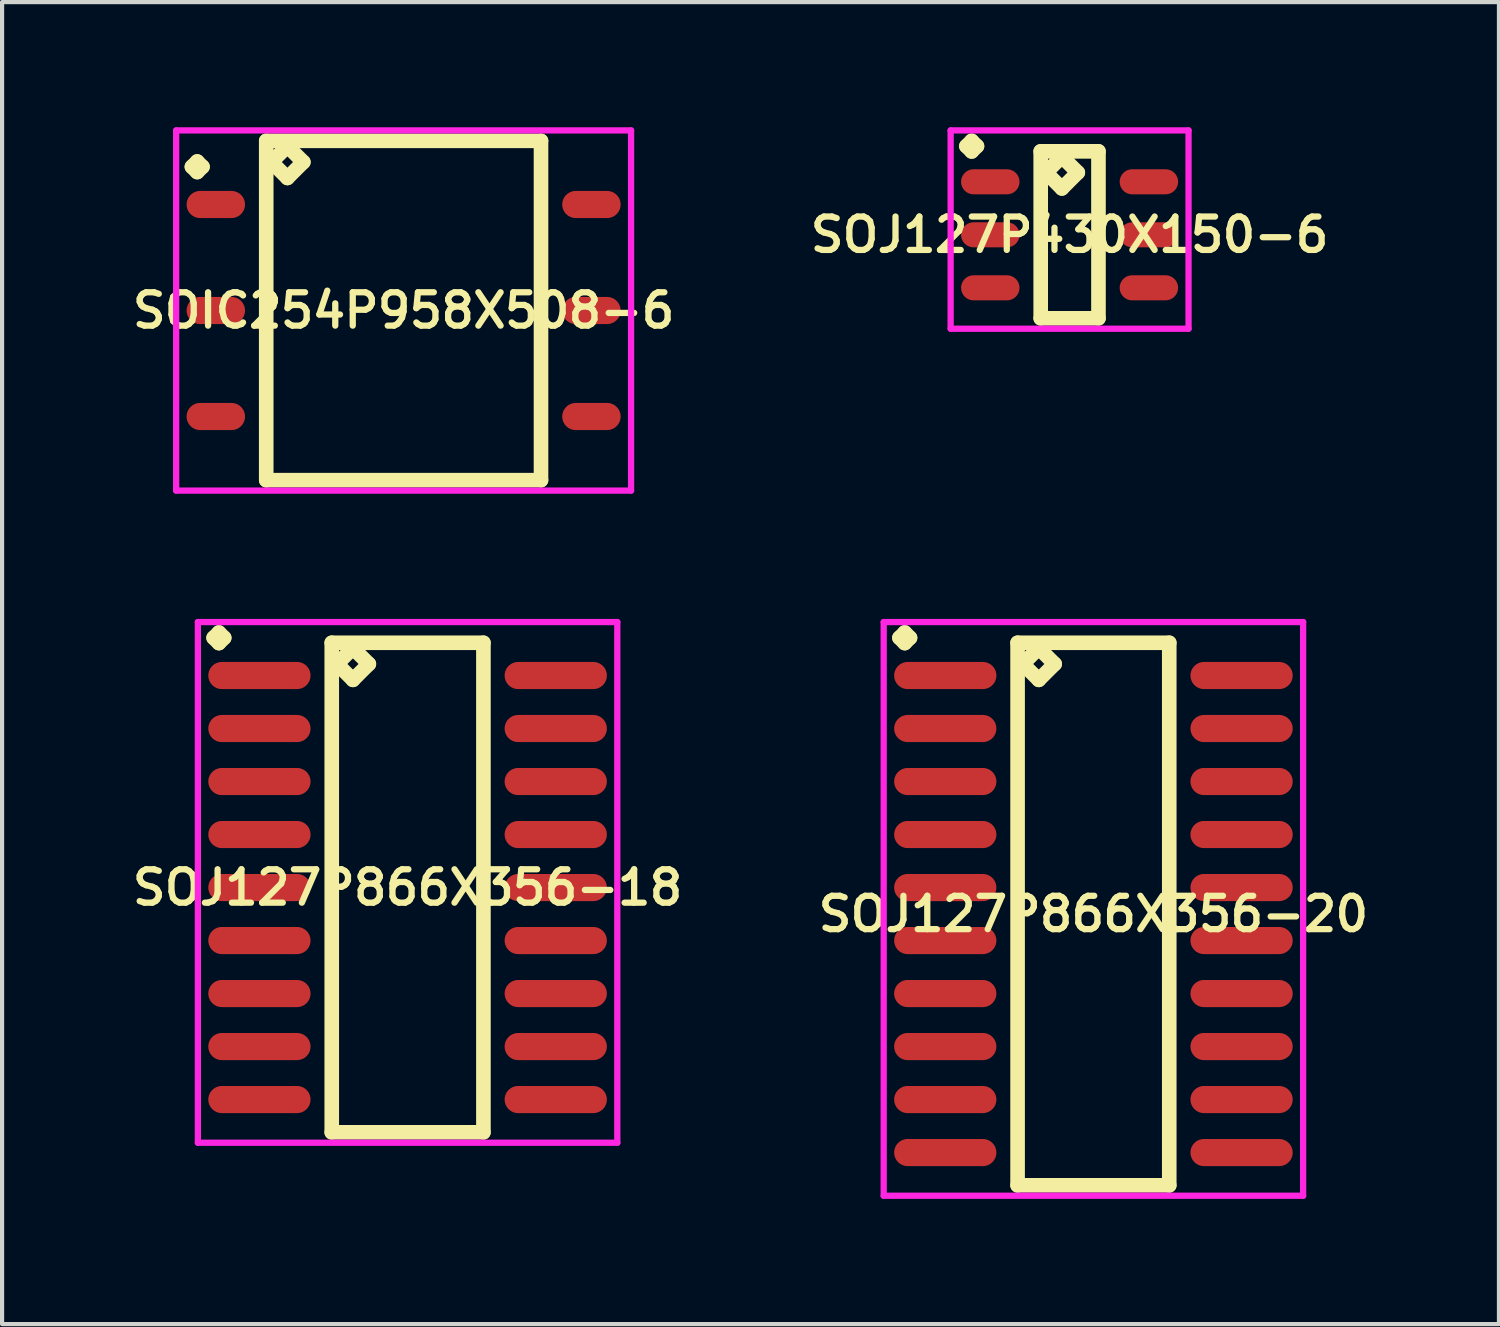
<source format=kicad_pcb>
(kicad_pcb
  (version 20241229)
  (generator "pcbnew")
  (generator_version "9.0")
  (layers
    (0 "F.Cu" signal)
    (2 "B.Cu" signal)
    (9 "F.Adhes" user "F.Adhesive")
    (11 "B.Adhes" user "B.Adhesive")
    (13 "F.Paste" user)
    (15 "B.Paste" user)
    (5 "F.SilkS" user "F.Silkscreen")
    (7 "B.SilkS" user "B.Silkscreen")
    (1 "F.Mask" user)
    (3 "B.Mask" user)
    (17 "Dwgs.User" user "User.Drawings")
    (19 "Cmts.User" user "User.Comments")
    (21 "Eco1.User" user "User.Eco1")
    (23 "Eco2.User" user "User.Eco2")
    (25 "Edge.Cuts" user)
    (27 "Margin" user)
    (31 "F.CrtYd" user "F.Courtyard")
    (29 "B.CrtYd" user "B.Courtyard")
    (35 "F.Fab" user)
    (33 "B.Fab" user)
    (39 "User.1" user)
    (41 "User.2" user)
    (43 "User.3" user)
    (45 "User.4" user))
  (footprint "SOJ127P866X356-20"
    (layer "F.Cu")
    (at 23.149 18.851)
    (property "Reference" "SOJ127P866X356-20" (at 0 0 0) (layer "F.SilkS") (effects (font (size 0.8 0.8) (thickness 0.15))))
    (attr through_hole)
    (fp_line (start -4.648 -6.619) (end -4.521 -6.746) (stroke (width 0.35) (type solid)) (layer "F.SilkS"))
    (fp_line (start -4.521 -6.746) (end -4.394 -6.619) (stroke (width 0.35) (type solid)) (layer "F.SilkS"))
    (fp_line (start -4.521 -6.492) (end -4.648 -6.619) (stroke (width 0.35) (type solid)) (layer "F.SilkS"))
    (fp_line (start -4.394 -6.619) (end -4.521 -6.492) (stroke (width 0.35) (type solid)) (layer "F.SilkS"))
    (fp_line (start -1.817 -6.5) (end -1.817 6.5) (stroke (width 0.35) (type solid)) (layer "F.SilkS"))
    (fp_line (start -1.817 6.5) (end 1.817 6.5) (stroke (width 0.35) (type solid)) (layer "F.SilkS"))
    (fp_line (start -1.69 -5.992) (end -1.309 -6.373) (stroke (width 0.35) (type solid)) (layer "F.SilkS"))
    (fp_line (start -1.309 -6.373) (end -0.928 -5.992) (stroke (width 0.35) (type solid)) (layer "F.SilkS"))
    (fp_line (start -1.309 -5.611) (end -1.69 -5.992) (stroke (width 0.35) (type solid)) (layer "F.SilkS"))
    (fp_line (start -0.928 -5.992) (end -1.309 -5.611) (stroke (width 0.35) (type solid)) (layer "F.SilkS"))
    (fp_line (start 1.817 -6.5) (end -1.817 -6.5) (stroke (width 0.35) (type solid)) (layer "F.SilkS"))
    (fp_line (start 1.817 6.5) (end 1.817 -6.5) (stroke (width 0.35) (type solid)) (layer "F.SilkS"))
    (fp_line (start -5.025 -6.996) (end 5.025 -6.996) (stroke (width 0.15) (type solid)) (layer "F.CrtYd"))
    (fp_line (start -5.025 6.75) (end -5.025 -6.996) (stroke (width 0.15) (type solid)) (layer "F.CrtYd"))
    (fp_line (start 5.025 -6.996) (end 5.025 6.75) (stroke (width 0.15) (type solid)) (layer "F.CrtYd"))
    (fp_line (start 5.025 6.75) (end -5.025 6.75) (stroke (width 0.15) (type solid)) (layer "F.CrtYd"))
    (pad "1" smd oval (at -3.55 -5.715) (size 2.45 0.65) (layers "F.Cu" "F.Mask" "F.Paste"))
    (pad "2" smd oval (at -3.55 -4.445) (size 2.45 0.65) (layers "F.Cu" "F.Mask" "F.Paste"))
    (pad "3" smd oval (at -3.55 -3.175) (size 2.45 0.65) (layers "F.Cu" "F.Mask" "F.Paste"))
    (pad "4" smd oval (at -3.55 -1.905) (size 2.45 0.65) (layers "F.Cu" "F.Mask" "F.Paste"))
    (pad "5" smd oval (at -3.55 -0.635) (size 2.45 0.65) (layers "F.Cu" "F.Mask" "F.Paste"))
    (pad "6" smd oval (at -3.55 0.635) (size 2.45 0.65) (layers "F.Cu" "F.Mask" "F.Paste"))
    (pad "7" smd oval (at -3.55 1.905) (size 2.45 0.65) (layers "F.Cu" "F.Mask" "F.Paste"))
    (pad "8" smd oval (at -3.55 3.175) (size 2.45 0.65) (layers "F.Cu" "F.Mask" "F.Paste"))
    (pad "9" smd oval (at -3.55 4.445) (size 2.45 0.65) (layers "F.Cu" "F.Mask" "F.Paste"))
    (pad "10" smd oval (at -3.55 5.715) (size 2.45 0.65) (layers "F.Cu" "F.Mask" "F.Paste"))
    (pad "11" smd oval (at 3.55 5.715) (size 2.45 0.65) (layers "F.Cu" "F.Mask" "F.Paste"))
    (pad "12" smd oval (at 3.55 4.445) (size 2.45 0.65) (layers "F.Cu" "F.Mask" "F.Paste"))
    (pad "13" smd oval (at 3.55 3.175) (size 2.45 0.65) (layers "F.Cu" "F.Mask" "F.Paste"))
    (pad "14" smd oval (at 3.55 1.905) (size 2.45 0.65) (layers "F.Cu" "F.Mask" "F.Paste"))
    (pad "15" smd oval (at 3.55 0.635) (size 2.45 0.65) (layers "F.Cu" "F.Mask" "F.Paste"))
    (pad "16" smd oval (at 3.55 -0.635) (size 2.45 0.65) (layers "F.Cu" "F.Mask" "F.Paste"))
    (pad "17" smd oval (at 3.55 -1.905) (size 2.45 0.65) (layers "F.Cu" "F.Mask" "F.Paste"))
    (pad "18" smd oval (at 3.55 -3.175) (size 2.45 0.65) (layers "F.Cu" "F.Mask" "F.Paste"))
    (pad "19" smd oval (at 3.55 -4.445) (size 2.45 0.65) (layers "F.Cu" "F.Mask" "F.Paste"))
    (pad "20" smd oval (at 3.55 -5.715) (size 2.45 0.65) (layers "F.Cu" "F.Mask" "F.Paste")))
  (footprint "SOJ127P430X150-6"
    (layer "F.Cu")
    (at 22.578 2.576)
    (property "Reference" "SOJ127P430X150-6" (at 0 0 0) (layer "F.SilkS") (effects (font (size 0.8 0.8) (thickness 0.15))))
    (attr smd)
    (fp_line (start -2.473 -2.124) (end -2.346 -2.251) (stroke (width 0.35) (type solid)) (layer "F.SilkS"))
    (fp_line (start -2.346 -2.251) (end -2.219 -2.124) (stroke (width 0.35) (type solid)) (layer "F.SilkS"))
    (fp_line (start -2.346 -1.997) (end -2.473 -2.124) (stroke (width 0.35) (type solid)) (layer "F.SilkS"))
    (fp_line (start -2.219 -2.124) (end -2.346 -1.997) (stroke (width 0.35) (type solid)) (layer "F.SilkS"))
    (fp_line (start -0.692 -2) (end -0.692 2) (stroke (width 0.35) (type solid)) (layer "F.SilkS"))
    (fp_line (start -0.692 2) (end 0.692 2) (stroke (width 0.35) (type solid)) (layer "F.SilkS"))
    (fp_line (start -0.565 -1.492) (end -0.184 -1.873) (stroke (width 0.35) (type solid)) (layer "F.SilkS"))
    (fp_line (start -0.184 -1.873) (end 0.197 -1.492) (stroke (width 0.35) (type solid)) (layer "F.SilkS"))
    (fp_line (start -0.184 -1.111) (end -0.565 -1.492) (stroke (width 0.35) (type solid)) (layer "F.SilkS"))
    (fp_line (start 0.197 -1.492) (end -0.184 -1.111) (stroke (width 0.35) (type solid)) (layer "F.SilkS"))
    (fp_line (start 0.692 -2) (end -0.692 -2) (stroke (width 0.35) (type solid)) (layer "F.SilkS"))
    (fp_line (start 0.692 2) (end 0.692 -2) (stroke (width 0.35) (type solid)) (layer "F.SilkS"))
    (fp_line (start -2.85 -2.501) (end 2.85 -2.501) (stroke (width 0.15) (type solid)) (layer "F.CrtYd"))
    (fp_line (start -2.85 2.25) (end -2.85 -2.501) (stroke (width 0.15) (type solid)) (layer "F.CrtYd"))
    (fp_line (start 2.85 -2.501) (end 2.85 2.25) (stroke (width 0.15) (type solid)) (layer "F.CrtYd"))
    (fp_line (start 2.85 2.25) (end -2.85 2.25) (stroke (width 0.15) (type solid)) (layer "F.CrtYd"))
    (pad "1" smd oval (at -1.9 -1.27) (size 1.4 0.6) (layers "F.Cu" "F.Mask" "F.Paste"))
    (pad "2" smd oval (at -1.9 0) (size 1.4 0.6) (layers "F.Cu" "F.Mask" "F.Paste"))
    (pad "3" smd oval (at -1.9 1.27) (size 1.4 0.6) (layers "F.Cu" "F.Mask" "F.Paste"))
    (pad "4" smd oval (at 1.9 1.27) (size 1.4 0.6) (layers "F.Cu" "F.Mask" "F.Paste"))
    (pad "5" smd oval (at 1.9 0) (size 1.4 0.6) (layers "F.Cu" "F.Mask" "F.Paste"))
    (pad "6" smd oval (at 1.9 -1.27) (size 1.4 0.6) (layers "F.Cu" "F.Mask" "F.Paste")))
  (footprint "SOIC254P958X508-6"
    (layer "F.Cu")
    (at 6.621 4.39)
    (property "Reference" "SOIC254P958X508-6" (at 0 0 0) (layer "F.SilkS") (effects (font (size 0.8 0.8) (thickness 0.15))))
    (attr smd)
    (fp_line (start -5.073 -3.444) (end -4.946 -3.571) (stroke (width 0.35) (type solid)) (layer "F.SilkS"))
    (fp_line (start -4.946 -3.571) (end -4.819 -3.444) (stroke (width 0.35) (type solid)) (layer "F.SilkS"))
    (fp_line (start -4.946 -3.317) (end -5.073 -3.444) (stroke (width 0.35) (type solid)) (layer "F.SilkS"))
    (fp_line (start -4.819 -3.444) (end -4.946 -3.317) (stroke (width 0.35) (type solid)) (layer "F.SilkS"))
    (fp_line (start -3.292 -4.065) (end -3.292 4.065) (stroke (width 0.35) (type solid)) (layer "F.SilkS"))
    (fp_line (start -3.292 4.065) (end 3.292 4.065) (stroke (width 0.35) (type solid)) (layer "F.SilkS"))
    (fp_line (start -3.165 -3.557) (end -2.784 -3.938) (stroke (width 0.35) (type solid)) (layer "F.SilkS"))
    (fp_line (start -2.784 -3.938) (end -2.403 -3.557) (stroke (width 0.35) (type solid)) (layer "F.SilkS"))
    (fp_line (start -2.784 -3.176) (end -3.165 -3.557) (stroke (width 0.35) (type solid)) (layer "F.SilkS"))
    (fp_line (start -2.403 -3.557) (end -2.784 -3.176) (stroke (width 0.35) (type solid)) (layer "F.SilkS"))
    (fp_line (start 3.292 -4.065) (end -3.292 -4.065) (stroke (width 0.35) (type solid)) (layer "F.SilkS"))
    (fp_line (start 3.292 4.065) (end 3.292 -4.065) (stroke (width 0.35) (type solid)) (layer "F.SilkS"))
    (fp_line (start -5.45 -4.315) (end 5.45 -4.315) (stroke (width 0.15) (type solid)) (layer "F.CrtYd"))
    (fp_line (start -5.45 4.315) (end -5.45 -4.315) (stroke (width 0.15) (type solid)) (layer "F.CrtYd"))
    (fp_line (start 5.45 -4.315) (end 5.45 4.315) (stroke (width 0.15) (type solid)) (layer "F.CrtYd"))
    (fp_line (start 5.45 4.315) (end -5.45 4.315) (stroke (width 0.15) (type solid)) (layer "F.CrtYd"))
    (pad "1" smd oval (at -4.5 -2.54) (size 1.4 0.65) (layers "F.Cu" "F.Mask" "F.Paste"))
    (pad "2" smd oval (at -4.5 0) (size 1.4 0.65) (layers "F.Cu" "F.Mask" "F.Paste"))
    (pad "3" smd oval (at -4.5 2.54) (size 1.4 0.65) (layers "F.Cu" "F.Mask" "F.Paste"))
    (pad "4" smd oval (at 4.5 2.54) (size 1.4 0.65) (layers "F.Cu" "F.Mask" "F.Paste"))
    (pad "5" smd oval (at 4.5 0) (size 1.4 0.65) (layers "F.Cu" "F.Mask" "F.Paste"))
    (pad "6" smd oval (at 4.5 -2.54) (size 1.4 0.65) (layers "F.Cu" "F.Mask" "F.Paste")))
  (footprint "SOJ127P866X356-18"
    (layer "F.Cu")
    (at 6.716 18.216)
    (property "Reference" "SOJ127P866X356-18" (at 0 0 0) (layer "F.SilkS") (effects (font (size 0.8 0.8) (thickness 0.15))))
    (attr smd)
    (fp_line (start -4.648 -5.984) (end -4.521 -6.111) (stroke (width 0.35) (type solid)) (layer "F.SilkS"))
    (fp_line (start -4.521 -6.111) (end -4.394 -5.984) (stroke (width 0.35) (type solid)) (layer "F.SilkS"))
    (fp_line (start -4.521 -5.857) (end -4.648 -5.984) (stroke (width 0.35) (type solid)) (layer "F.SilkS"))
    (fp_line (start -4.394 -5.984) (end -4.521 -5.857) (stroke (width 0.35) (type solid)) (layer "F.SilkS"))
    (fp_line (start -1.817 -5.865) (end -1.817 5.865) (stroke (width 0.35) (type solid)) (layer "F.SilkS"))
    (fp_line (start -1.817 5.865) (end 1.817 5.865) (stroke (width 0.35) (type solid)) (layer "F.SilkS"))
    (fp_line (start -1.69 -5.357) (end -1.309 -5.738) (stroke (width 0.35) (type solid)) (layer "F.SilkS"))
    (fp_line (start -1.309 -5.738) (end -0.928 -5.357) (stroke (width 0.35) (type solid)) (layer "F.SilkS"))
    (fp_line (start -1.309 -4.976) (end -1.69 -5.357) (stroke (width 0.35) (type solid)) (layer "F.SilkS"))
    (fp_line (start -0.928 -5.357) (end -1.309 -4.976) (stroke (width 0.35) (type solid)) (layer "F.SilkS"))
    (fp_line (start 1.817 -5.865) (end -1.817 -5.865) (stroke (width 0.35) (type solid)) (layer "F.SilkS"))
    (fp_line (start 1.817 5.865) (end 1.817 -5.865) (stroke (width 0.35) (type solid)) (layer "F.SilkS"))
    (fp_line (start -5.025 -6.361) (end 5.025 -6.361) (stroke (width 0.15) (type solid)) (layer "F.CrtYd"))
    (fp_line (start -5.025 6.115) (end -5.025 -6.361) (stroke (width 0.15) (type solid)) (layer "F.CrtYd"))
    (fp_line (start 5.025 -6.361) (end 5.025 6.115) (stroke (width 0.15) (type solid)) (layer "F.CrtYd"))
    (fp_line (start 5.025 6.115) (end -5.025 6.115) (stroke (width 0.15) (type solid)) (layer "F.CrtYd"))
    (pad "1" smd oval (at -3.55 -5.08) (size 2.45 0.65) (layers "F.Cu" "F.Mask" "F.Paste"))
    (pad "2" smd oval (at -3.55 -3.81) (size 2.45 0.65) (layers "F.Cu" "F.Mask" "F.Paste"))
    (pad "3" smd oval (at -3.55 -2.54) (size 2.45 0.65) (layers "F.Cu" "F.Mask" "F.Paste"))
    (pad "4" smd oval (at -3.55 -1.27) (size 2.45 0.65) (layers "F.Cu" "F.Mask" "F.Paste"))
    (pad "5" smd oval (at -3.55 0) (size 2.45 0.65) (layers "F.Cu" "F.Mask" "F.Paste"))
    (pad "6" smd oval (at -3.55 1.27) (size 2.45 0.65) (layers "F.Cu" "F.Mask" "F.Paste"))
    (pad "7" smd oval (at -3.55 2.54) (size 2.45 0.65) (layers "F.Cu" "F.Mask" "F.Paste"))
    (pad "8" smd oval (at -3.55 3.81) (size 2.45 0.65) (layers "F.Cu" "F.Mask" "F.Paste"))
    (pad "9" smd oval (at -3.55 5.08) (size 2.45 0.65) (layers "F.Cu" "F.Mask" "F.Paste"))
    (pad "10" smd oval (at 3.55 5.08) (size 2.45 0.65) (layers "F.Cu" "F.Mask" "F.Paste"))
    (pad "11" smd oval (at 3.55 3.81) (size 2.45 0.65) (layers "F.Cu" "F.Mask" "F.Paste"))
    (pad "12" smd oval (at 3.55 2.54) (size 2.45 0.65) (layers "F.Cu" "F.Mask" "F.Paste"))
    (pad "13" smd oval (at 3.55 1.27) (size 2.45 0.65) (layers "F.Cu" "F.Mask" "F.Paste"))
    (pad "14" smd oval (at 3.55 0) (size 2.45 0.65) (layers "F.Cu" "F.Mask" "F.Paste"))
    (pad "15" smd oval (at 3.55 -1.27) (size 2.45 0.65) (layers "F.Cu" "F.Mask" "F.Paste"))
    (pad "16" smd oval (at 3.55 -2.54) (size 2.45 0.65) (layers "F.Cu" "F.Mask" "F.Paste"))
    (pad "17" smd oval (at 3.55 -3.81) (size 2.45 0.65) (layers "F.Cu" "F.Mask" "F.Paste"))
    (pad "18" smd oval (at 3.55 -5.08) (size 2.45 0.65) (layers "F.Cu" "F.Mask" "F.Paste")))
  (gr_rect
    (start -3 -3)
    (end 32.866 28.676)
    (stroke (width 0.1) (type default))
    (fill no)
    (layer "Edge.Cuts")))
</source>
